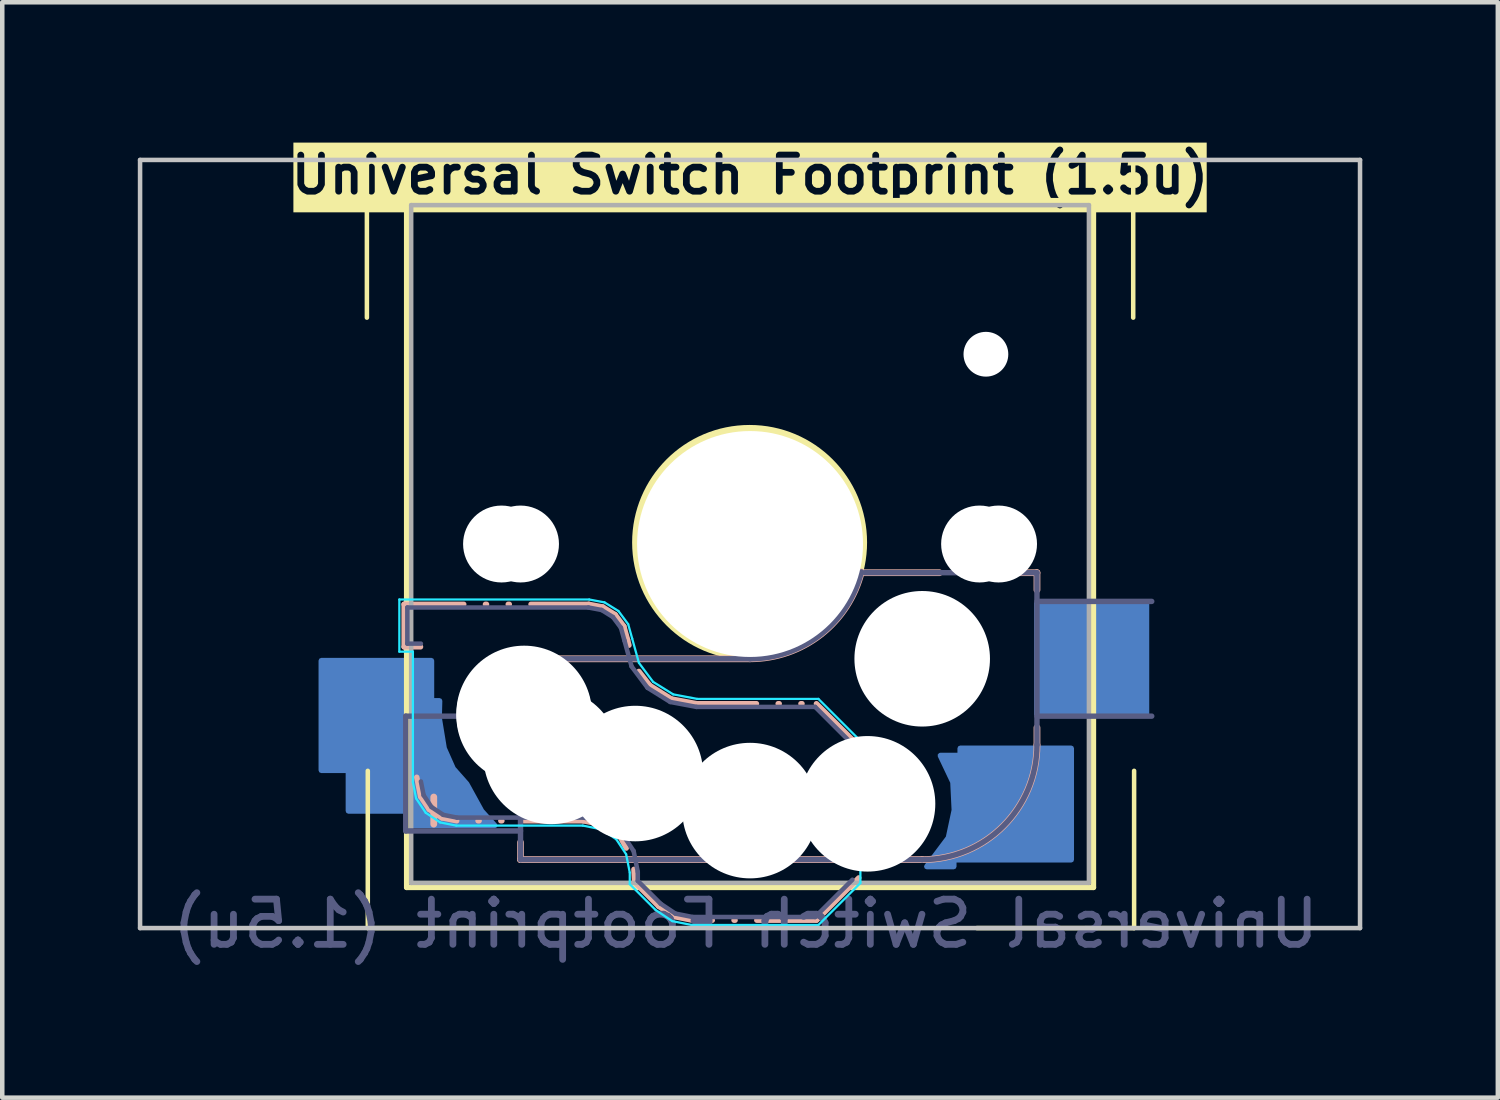
<source format=kicad_pcb>
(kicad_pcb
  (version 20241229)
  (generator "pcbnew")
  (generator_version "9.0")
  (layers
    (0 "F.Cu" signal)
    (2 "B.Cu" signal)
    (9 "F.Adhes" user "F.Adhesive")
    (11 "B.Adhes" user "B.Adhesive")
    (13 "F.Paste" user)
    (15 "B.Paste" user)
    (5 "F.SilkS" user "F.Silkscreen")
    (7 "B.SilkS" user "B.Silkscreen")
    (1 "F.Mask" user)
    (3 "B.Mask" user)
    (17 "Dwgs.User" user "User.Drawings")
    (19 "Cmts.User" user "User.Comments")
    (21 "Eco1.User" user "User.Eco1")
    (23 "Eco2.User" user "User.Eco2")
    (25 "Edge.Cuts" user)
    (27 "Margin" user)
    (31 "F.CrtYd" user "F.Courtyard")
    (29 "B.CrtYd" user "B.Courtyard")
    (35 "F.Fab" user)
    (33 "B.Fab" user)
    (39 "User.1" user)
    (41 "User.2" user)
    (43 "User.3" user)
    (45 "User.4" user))
  (footprint "Universal Switch Footprint (1.5u)"
    (layer "F.Cu")
    (at 13.55 8.895)
    (property "Reference" "Universal Switch Footprint (1.5u)" (at 0 -8.075 0) (unlocked yes) (layer "F.SilkS" knockout) (effects (font (size 0.8 0.8) (thickness 0.15))))
    (attr through_hole)
    (fp_line (start -8.48 -8.395) (end -5 -8.395) (stroke (width 0.1) (type default)) (layer "F.SilkS"))
    (fp_line (start -8.48 -4.915) (end -8.48 -8.395) (stroke (width 0.1) (type default)) (layer "F.SilkS"))
    (fp_line (start -8.46 5.115) (end -8.46 8.595) (stroke (width 0.1) (type default)) (layer "F.SilkS"))
    (fp_line (start -8.46 8.595) (end -4.98 8.595) (stroke (width 0.1) (type default)) (layer "F.SilkS"))
    (fp_line (start -7.6 -7.505) (end -7.6 7.695) (stroke (width 0.12) (type solid)) (layer "F.SilkS"))
    (fp_line (start -7.6 7.695) (end 7.6 7.695) (stroke (width 0.12) (type solid)) (layer "F.SilkS"))
    (fp_line (start 7.6 -7.505) (end -7.6 -7.505) (stroke (width 0.12) (type solid)) (layer "F.SilkS"))
    (fp_line (start 7.6 7.695) (end 7.6 -7.505) (stroke (width 0.12) (type solid)) (layer "F.SilkS"))
    (fp_line (start 8.48 -8.395) (end 5 -8.395) (stroke (width 0.1) (type default)) (layer "F.SilkS"))
    (fp_line (start 8.48 -4.915) (end 8.48 -8.395) (stroke (width 0.1) (type default)) (layer "F.SilkS"))
    (fp_line (start 8.5 5.115) (end 8.5 8.595) (stroke (width 0.1) (type default)) (layer "F.SilkS"))
    (fp_line (start 8.5 8.595) (end 5.02 8.595) (stroke (width 0.1) (type default)) (layer "F.SilkS"))
    (fp_circle (center -0.01 0.06) (end -1.76 -1.69) (stroke (width 0.25) (type default)) (fill no) (layer "F.SilkS"))
    (fp_line (start -7.656 1.429) (end -3.57 1.429) (stroke (width 0.12) (type dash_dot_dot)) (layer "B.SilkS"))
    (fp_line (start -7.656 2.371) (end -7.656 1.429) (stroke (width 0.12) (type dash_dot_dot)) (layer "B.SilkS"))
    (fp_line (start -7.293 2.371) (end -7.656 2.371) (stroke (width 0.12) (type dash_dot_dot)) (layer "B.SilkS"))
    (fp_line (start -7.291 5.684) (end -7.376 5.257) (stroke (width 0.12) (type dash_dot_dot)) (layer "B.SilkS"))
    (fp_line (start -7.102 5.967) (end -7.291 5.684) (stroke (width 0.12) (type dash_dot_dot)) (layer "B.SilkS"))
    (fp_line (start -7 5.695) (end -7 6.295) (stroke (width 0.15) (type solid)) (layer "B.SilkS"))
    (fp_line (start -6.819 6.156) (end -7.102 5.967) (stroke (width 0.12) (type dash_dot_dot)) (layer "B.SilkS"))
    (fp_line (start -6.492 6.221) (end -6.819 6.156) (stroke (width 0.12) (type dash_dot_dot)) (layer "B.SilkS"))
    (fp_line (start -5.08 2.635) (end 0 2.635) (stroke (width 0.15) (type solid)) (layer "B.SilkS"))
    (fp_line (start -5.08 3.651) (end -5.08 2.635) (stroke (width 0.15) (type solid)) (layer "B.SilkS"))
    (fp_line (start -5.08 7.08) (end -5.08 6.699) (stroke (width 0.15) (type solid)) (layer "B.SilkS"))
    (fp_line (start -3.692 6.221) (end -6.492 6.221) (stroke (width 0.12) (type dash_dot_dot)) (layer "B.SilkS"))
    (fp_line (start -3.57 1.429) (end -3.26 1.488) (stroke (width 0.12) (type dash_dot_dot)) (layer "B.SilkS"))
    (fp_line (start -3.26 1.488) (end -2.986 1.658) (stroke (width 0.12) (type dash_dot_dot)) (layer "B.SilkS"))
    (fp_line (start -3.254 6.308) (end -3.692 6.221) (stroke (width 0.12) (type dash_dot_dot)) (layer "B.SilkS"))
    (fp_line (start -2.986 1.658) (end -2.793 1.916) (stroke (width 0.12) (type dash_dot_dot)) (layer "B.SilkS"))
    (fp_line (start -2.887 6.552) (end -3.254 6.308) (stroke (width 0.12) (type dash_dot_dot)) (layer "B.SilkS"))
    (fp_line (start -2.793 1.916) (end -2.711 2.214) (stroke (width 0.12) (type dash_dot_dot)) (layer "B.SilkS"))
    (fp_line (start -2.74 6.825) (end -2.887 6.552) (stroke (width 0.12) (type dash_dot_dot)) (layer "B.SilkS"))
    (fp_line (start -2.711 2.214) (end -2.68 2.335) (stroke (width 0.12) (type dash_dot_dot)) (layer "B.SilkS"))
    (fp_line (start -2.556 7.579) (end -2.57 7.295) (stroke (width 0.12) (type dash_dot_dot)) (layer "B.SilkS"))
    (fp_line (start -2.46 2.915) (end -2.219 3.225) (stroke (width 0.12) (type dash_dot_dot)) (layer "B.SilkS"))
    (fp_line (start -2.219 3.225) (end -1.74 3.524) (stroke (width 0.12) (type dash_dot_dot)) (layer "B.SilkS"))
    (fp_line (start -2.023 8.112) (end -2.556 7.579) (stroke (width 0.12) (type dash_dot_dot)) (layer "B.SilkS"))
    (fp_line (start -1.74 3.524) (end -1.178 3.629) (stroke (width 0.12) (type dash_dot_dot)) (layer "B.SilkS"))
    (fp_line (start -1.681 8.341) (end -2.023 8.112) (stroke (width 0.12) (type dash_dot_dot)) (layer "B.SilkS"))
    (fp_line (start -1.278 8.421) (end -1.681 8.341) (stroke (width 0.12) (type dash_dot_dot)) (layer "B.SilkS"))
    (fp_line (start -1.178 3.629) (end 1.469 3.629) (stroke (width 0.12) (type dash_dot_dot)) (layer "B.SilkS"))
    (fp_line (start 1.469 3.629) (end 2.49 4.65) (stroke (width 0.12) (type dash_dot_dot)) (layer "B.SilkS"))
    (fp_line (start 1.469 8.421) (end -1.278 8.421) (stroke (width 0.12) (type dash_dot_dot)) (layer "B.SilkS"))
    (fp_line (start 2.406 7.484) (end 1.469 8.421) (stroke (width 0.12) (type dash_dot_dot)) (layer "B.SilkS"))
    (fp_line (start 2.464 0.73) (end 4.191 0.73) (stroke (width 0.15) (type solid)) (layer "B.SilkS"))
    (fp_line (start 3.81 7.08) (end -5.08 7.08) (stroke (width 0.15) (type solid)) (layer "B.SilkS"))
    (fp_line (start 5.969 0.73) (end 6.35 0.73) (stroke (width 0.15) (type solid)) (layer "B.SilkS"))
    (fp_line (start 6.35 1.111) (end 6.35 0.73) (stroke (width 0.15) (type solid)) (layer "B.SilkS"))
    (fp_line (start 6.35 4.54) (end 6.35 4.159) (stroke (width 0.15) (type solid)) (layer "B.SilkS"))
    (fp_arc (start 2.464162 0.71111) (mid 1.563147 2.097112) (end 0 2.63507) (stroke (width 0.15) (type solid)) (layer "B.SilkS"))
    (fp_arc (start 6.35 4.54007) (mid 5.606051 6.336121) (end 3.81 7.08007) (stroke (width 0.15) (type solid)) (layer "B.SilkS"))
    (fp_line (start -13.5 -8.405) (end -13.5 8.595) (stroke (width 0.1) (type solid)) (layer "Dwgs.User"))
    (fp_line (start -13.5 8.595) (end 13.5 8.595) (stroke (width 0.1) (type solid)) (layer "Dwgs.User"))
    (fp_line (start 13.5 -8.405) (end -13.5 -8.405) (stroke (width 0.1) (type solid)) (layer "Dwgs.User"))
    (fp_line (start 13.5 8.595) (end 13.5 -8.405) (stroke (width 0.1) (type solid)) (layer "Dwgs.User"))
    (fp_line (start -7 -6.905) (end -7 7.095) (stroke (width 0.12) (type solid)) (layer "Eco2.User"))
    (fp_line (start -7 7.095) (end 7 7.095) (stroke (width 0.12) (type solid)) (layer "Eco2.User"))
    (fp_line (start 7 -6.905) (end -7 -6.905) (stroke (width 0.12) (type solid)) (layer "Eco2.User"))
    (fp_line (start 7 7.095) (end 7 -6.905) (stroke (width 0.12) (type solid)) (layer "Eco2.User"))
    (fp_line (start -7.762 1.323) (end -3.56 1.323) (stroke (width 0.05) (type solid)) (layer "B.CrtYd"))
    (fp_line (start -7.762 2.477) (end -7.762 1.323) (stroke (width 0.05) (type solid)) (layer "B.CrtYd"))
    (fp_line (start -7.462 2.477) (end -7.762 2.477) (stroke (width 0.05) (type solid)) (layer "B.CrtYd"))
    (fp_line (start -7.462 5.367) (end -7.462 2.477) (stroke (width 0.05) (type solid)) (layer "B.CrtYd"))
    (fp_line (start -7.391 5.725) (end -7.462 5.367) (stroke (width 0.05) (type solid)) (layer "B.CrtYd"))
    (fp_line (start -7.178 6.043) (end -7.391 5.725) (stroke (width 0.05) (type solid)) (layer "B.CrtYd"))
    (fp_line (start -6.86 6.256) (end -7.178 6.043) (stroke (width 0.05) (type solid)) (layer "B.CrtYd"))
    (fp_line (start -6.502 6.327) (end -6.86 6.256) (stroke (width 0.05) (type solid)) (layer "B.CrtYd"))
    (fp_line (start -3.702 6.327) (end -6.502 6.327) (stroke (width 0.05) (type solid)) (layer "B.CrtYd"))
    (fp_line (start -3.56 1.323) (end -3.221 1.387) (stroke (width 0.05) (type solid)) (layer "B.CrtYd"))
    (fp_line (start -3.295 6.408) (end -3.702 6.327) (stroke (width 0.05) (type solid)) (layer "B.CrtYd"))
    (fp_line (start -3.221 1.387) (end -2.913 1.578) (stroke (width 0.05) (type solid)) (layer "B.CrtYd"))
    (fp_line (start -2.963 6.628) (end -3.295 6.408) (stroke (width 0.05) (type solid)) (layer "B.CrtYd"))
    (fp_line (start -2.913 1.578) (end -2.697 1.869) (stroke (width 0.05) (type solid)) (layer "B.CrtYd"))
    (fp_line (start -2.743 6.96) (end -2.963 6.628) (stroke (width 0.05) (type solid)) (layer "B.CrtYd"))
    (fp_line (start -2.697 1.869) (end -2.609 2.186) (stroke (width 0.05) (type solid)) (layer "B.CrtYd"))
    (fp_line (start -2.662 7.367) (end -2.743 6.96) (stroke (width 0.05) (type solid)) (layer "B.CrtYd"))
    (fp_line (start -2.662 7.623) (end -2.662 7.367) (stroke (width 0.05) (type solid)) (layer "B.CrtYd"))
    (fp_line (start -2.609 2.186) (end -2.46 2.725) (stroke (width 0.05) (type solid)) (layer "B.CrtYd"))
    (fp_line (start -2.46 2.725) (end -2.146 3.146) (stroke (width 0.05) (type solid)) (layer "B.CrtYd"))
    (fp_line (start -2.146 3.146) (end -1.701 3.423) (stroke (width 0.05) (type solid)) (layer "B.CrtYd"))
    (fp_line (start -2.091 8.194) (end -2.662 7.623) (stroke (width 0.05) (type solid)) (layer "B.CrtYd"))
    (fp_line (start -1.722 8.441) (end -2.091 8.194) (stroke (width 0.05) (type solid)) (layer "B.CrtYd"))
    (fp_line (start -1.701 3.423) (end -1.169 3.523) (stroke (width 0.05) (type solid)) (layer "B.CrtYd"))
    (fp_line (start -1.288 8.527) (end -1.722 8.441) (stroke (width 0.05) (type solid)) (layer "B.CrtYd"))
    (fp_line (start -1.169 3.523) (end 1.513 3.523) (stroke (width 0.05) (type solid)) (layer "B.CrtYd"))
    (fp_line (start 1.513 3.523) (end 2.442 4.452) (stroke (width 0.05) (type solid)) (layer "B.CrtYd"))
    (fp_line (start 1.513 8.527) (end -1.288 8.527) (stroke (width 0.05) (type solid)) (layer "B.CrtYd"))
    (fp_line (start 2.442 4.452) (end 2.442 7.598) (stroke (width 0.05) (type solid)) (layer "B.CrtYd"))
    (fp_line (start 2.442 7.598) (end 1.513 8.527) (stroke (width 0.05) (type solid)) (layer "B.CrtYd"))
    (fp_line (start -7.62 3.905) (end -5.08 3.905) (stroke (width 0.12) (type solid)) (layer "B.Fab"))
    (fp_line (start -7.62 6.445) (end -7.62 3.905) (stroke (width 0.12) (type solid)) (layer "B.Fab"))
    (fp_line (start -7.585 1.5) (end -3.577 1.5) (stroke (width 0.1) (type solid)) (layer "B.Fab"))
    (fp_line (start -7.585 2.3) (end -7.585 1.5) (stroke (width 0.1) (type solid)) (layer "B.Fab"))
    (fp_line (start -7.285 2.3) (end -7.585 2.3) (stroke (width 0.1) (type solid)) (layer "B.Fab"))
    (fp_line (start -7.224 5.656) (end -7.285 5.35) (stroke (width 0.1) (type solid)) (layer "B.Fab"))
    (fp_line (start -7.051 5.916) (end -7.224 5.656) (stroke (width 0.1) (type solid)) (layer "B.Fab"))
    (fp_line (start -6.791 6.089) (end -7.051 5.916) (stroke (width 0.1) (type solid)) (layer "B.Fab"))
    (fp_line (start -6.485 6.15) (end -6.791 6.089) (stroke (width 0.1) (type solid)) (layer "B.Fab"))
    (fp_line (start -5.08 2.635) (end 0 2.635) (stroke (width 0.12) (type solid)) (layer "B.Fab"))
    (fp_line (start -5.08 6.445) (end -7.62 6.445) (stroke (width 0.12) (type solid)) (layer "B.Fab"))
    (fp_line (start -5.08 7.08) (end -5.08 2.635) (stroke (width 0.12) (type solid)) (layer "B.Fab"))
    (fp_line (start -3.685 6.15) (end -6.485 6.15) (stroke (width 0.1) (type solid)) (layer "B.Fab"))
    (fp_line (start -3.577 1.5) (end -3.286 1.555) (stroke (width 0.1) (type solid)) (layer "B.Fab"))
    (fp_line (start -3.286 1.555) (end -3.035 1.711) (stroke (width 0.1) (type solid)) (layer "B.Fab"))
    (fp_line (start -3.226 6.241) (end -3.685 6.15) (stroke (width 0.1) (type solid)) (layer "B.Fab"))
    (fp_line (start -3.035 1.711) (end -2.858 1.948) (stroke (width 0.1) (type solid)) (layer "B.Fab"))
    (fp_line (start -2.858 1.948) (end -2.779 2.233) (stroke (width 0.1) (type solid)) (layer "B.Fab"))
    (fp_line (start -2.836 6.501) (end -3.226 6.241) (stroke (width 0.1) (type solid)) (layer "B.Fab"))
    (fp_line (start -2.779 2.233) (end -2.622 2.804) (stroke (width 0.1) (type solid)) (layer "B.Fab"))
    (fp_line (start -2.622 2.804) (end -2.268 3.278) (stroke (width 0.1) (type solid)) (layer "B.Fab"))
    (fp_line (start -2.576 6.891) (end -2.836 6.501) (stroke (width 0.1) (type solid)) (layer "B.Fab"))
    (fp_line (start -2.485 7.35) (end -2.576 6.891) (stroke (width 0.1) (type solid)) (layer "B.Fab"))
    (fp_line (start -2.485 7.55) (end -2.485 7.35) (stroke (width 0.1) (type solid)) (layer "B.Fab"))
    (fp_line (start -2.268 3.278) (end -1.766 3.591) (stroke (width 0.1) (type solid)) (layer "B.Fab"))
    (fp_line (start -1.978 8.057) (end -2.485 7.55) (stroke (width 0.1) (type solid)) (layer "B.Fab"))
    (fp_line (start -1.766 3.591) (end -1.185 3.7) (stroke (width 0.1) (type solid)) (layer "B.Fab"))
    (fp_line (start -1.653 8.274) (end -1.978 8.057) (stroke (width 0.1) (type solid)) (layer "B.Fab"))
    (fp_line (start -1.271 8.35) (end -1.653 8.274) (stroke (width 0.1) (type solid)) (layer "B.Fab"))
    (fp_line (start -1.185 3.7) (end 1.44 3.7) (stroke (width 0.1) (type solid)) (layer "B.Fab"))
    (fp_line (start 1.44 3.7) (end 2.265 4.525) (stroke (width 0.1) (type solid)) (layer "B.Fab"))
    (fp_line (start 1.44 8.35) (end -1.271 8.35) (stroke (width 0.1) (type solid)) (layer "B.Fab"))
    (fp_line (start 2.265 7.525) (end 1.44 8.35) (stroke (width 0.1) (type solid)) (layer "B.Fab"))
    (fp_line (start 3.81 7.08) (end -5.08 7.08) (stroke (width 0.12) (type solid)) (layer "B.Fab"))
    (fp_line (start 6.35 0.73) (end 2.54 0.73) (stroke (width 0.12) (type solid)) (layer "B.Fab"))
    (fp_line (start 6.35 0.73) (end 6.35 4.54) (stroke (width 0.12) (type solid)) (layer "B.Fab"))
    (fp_line (start 6.35 1.365) (end 8.89 1.365) (stroke (width 0.12) (type solid)) (layer "B.Fab"))
    (fp_line (start 8.89 3.905) (end 6.35 3.905) (stroke (width 0.12) (type solid)) (layer "B.Fab"))
    (fp_arc (start 2.464162 0.71111) (mid 1.563147 2.097112) (end 0 2.63507) (stroke (width 0.12) (type solid)) (layer "B.Fab"))
    (fp_arc (start 6.35 4.54007) (mid 5.606051 6.336121) (end 3.81 7.08007) (stroke (width 0.12) (type solid)) (layer "B.Fab"))
    (fp_line (start -7.5 -7.405) (end -7.5 7.595) (stroke (width 0.1) (type solid)) (layer "F.Fab"))
    (fp_line (start -7.5 7.595) (end 7.5 7.595) (stroke (width 0.1) (type solid)) (layer "F.Fab"))
    (fp_line (start 7.5 -7.405) (end -7.5 -7.405) (stroke (width 0.1) (type solid)) (layer "F.Fab"))
    (fp_line (start 7.5 7.595) (end 7.5 -7.405) (stroke (width 0.1) (type solid)) (layer "F.Fab"))
    (fp_text user "${REFERENCE}" (at -0.1 8.5 180) (layer "B.Fab") (effects (font (size 1 1) (thickness 0.15)) (justify mirror)))
    (pad "" np_thru_hole circle (at -5.5 0.095) (size 1.702 1.702) (drill 1.702) (layers "*.Cu" "*.Mask"))
    (pad "" np_thru_hole circle (at -5.08 0.095 180) (size 1.702 1.702) (drill 1.702) (layers "*.Cu" "*.Mask"))
    (pad "" np_thru_hole circle (at -5 3.845) (size 3 3) (drill 3) (layers "*.Cu" "*.Mask"))
    (pad "" np_thru_hole circle (at -5 3.895) (size 3 3) (drill 3) (layers "*.Cu" "*.Mask"))
    (pad "" np_thru_hole circle (at -4.4 4.795) (size 3 3) (drill 3) (layers "*.Cu" "*.Mask"))
    (pad "" np_thru_hole circle (at -2.54 5.175 180) (size 3 3) (drill 3) (layers "*.Cu" "*.Mask"))
    (pad "" np_thru_hole circle (at 0 0.095) (size 5 5) (drill 5.05) (layers "*.Cu" "*.Mask"))
    (pad "" np_thru_hole circle (at 0 5.995) (size 3 3) (drill 3) (layers "*.Cu" "*.Mask"))
    (pad "" np_thru_hole circle (at 2.6 5.845) (size 3 3) (drill 3) (layers "*.Cu" "*.Mask"))
    (pad "" np_thru_hole circle (at 3.81 2.635 180) (size 3 3) (drill 3) (layers "*.Cu" "*.Mask"))
    (pad "" np_thru_hole circle (at 5.08 0.095 180) (size 1.702 1.702) (drill 1.702) (layers "*.Cu" "*.Mask"))
    (pad "" np_thru_hole circle (at 5.22 -4.105) (size 0.991 0.991) (drill 0.991) (layers "*.Cu" "*.Mask"))
    (pad "" np_thru_hole circle (at 5.5 0.095) (size 1.702 1.702) (drill 1.702) (layers "*.Cu" "*.Mask"))
    (pad "1" smd custom (at -8.08 3.815 180) (size 1.403 1.309) (layers "B.Cu" "B.Mask" "B.Paste") (options (anchor rect)) (primitives (gr_poly (pts (xy -2.43 -2.51) (xy -0.58 -2.51) (xy -0.58 -2.19) (xy 0.81 -2.19) (xy 0.81 -1.29) (xy 1.41 -1.29) (xy 1.41 1.14) (xy -1.03 1.14) (xy -1.03 0.25) (xy -1.21 0.25) (xy -1.2 -0.13) (xy -1.31 -0.8) (xy -1.51 -1.25) (xy -1.81 -1.59) (xy -2.14 -2.19)) (width 0.12) (fill yes))))
    (pad "2" smd custom (at 5.72 5.845) (size 1.25 1.21) (layers "B.Cu" "B.Mask" "B.Paste") (options (anchor rect)) (primitives (gr_poly (pts (xy -1.51 -1.07) (xy -1.07 -1.07) (xy -1.07 -1.23) (xy 1.39 -1.23) (xy 1.39 1.24) (xy -1.21 1.24) (xy -1.21 1.39) (xy -1.81 1.39) (xy -1.33 0.75) (xy -1.2 0.14) (xy -1.23 -0.48)) (width 0.12) (fill yes))))
    (pad "2" smd rect (at 7.56 2.635 180) (size 2.55 2.5) (layers "B.Cu" "B.Mask" "B.Paste")))
  (gr_rect
    (start -3 -3)
    (end 30.1 21.243)
    (stroke (width 0.1) (type default))
    (fill no)
    (layer "Edge.Cuts")))
</source>
